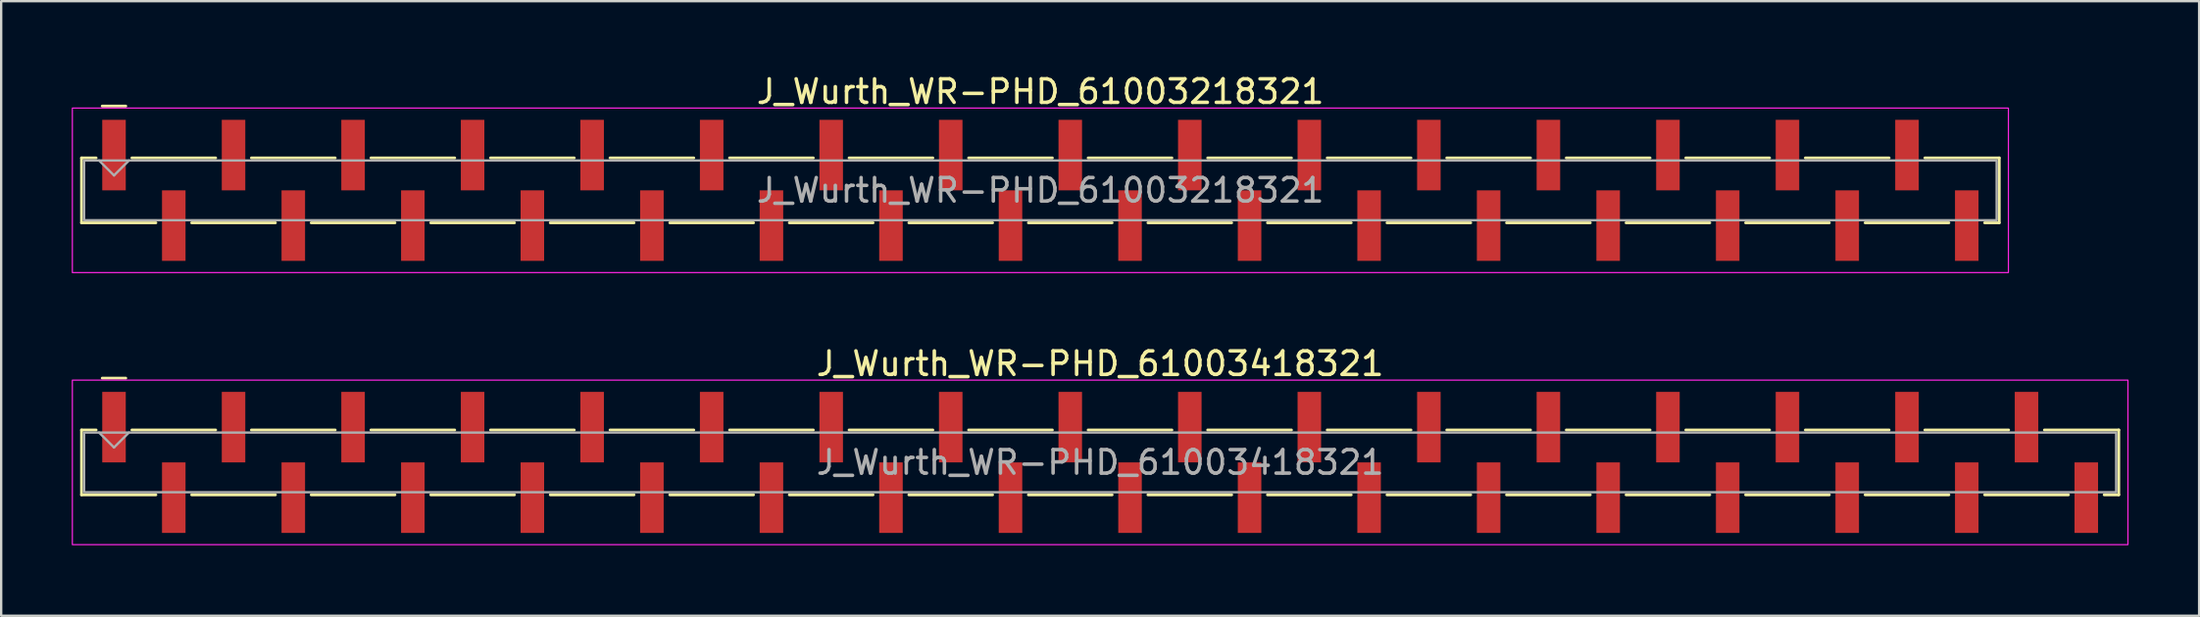
<source format=kicad_pcb>
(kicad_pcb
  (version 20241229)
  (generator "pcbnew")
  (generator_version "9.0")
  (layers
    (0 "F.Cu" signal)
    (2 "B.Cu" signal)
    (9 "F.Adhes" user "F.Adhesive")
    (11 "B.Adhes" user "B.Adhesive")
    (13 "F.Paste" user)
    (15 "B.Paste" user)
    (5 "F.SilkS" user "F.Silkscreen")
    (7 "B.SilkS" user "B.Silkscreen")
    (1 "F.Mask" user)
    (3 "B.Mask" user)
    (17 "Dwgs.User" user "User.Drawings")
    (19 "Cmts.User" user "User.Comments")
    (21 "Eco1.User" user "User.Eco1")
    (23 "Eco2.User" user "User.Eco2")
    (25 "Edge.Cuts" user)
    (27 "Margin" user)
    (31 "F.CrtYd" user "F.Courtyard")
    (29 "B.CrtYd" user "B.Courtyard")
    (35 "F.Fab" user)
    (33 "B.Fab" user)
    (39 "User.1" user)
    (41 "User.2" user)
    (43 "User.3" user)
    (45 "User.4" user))
  (footprint "J_Wurth_WR-PHD_61003418321"
    (layer "F.Cu")
    (at 43.705 16.622)
    (property "Reference" "J_Wurth_WR-PHD_61003418321" (at 0 -4.2 0) (unlocked yes) (layer "F.SilkS") (effects (font (size 1 1) (thickness 0.15))))
    (attr smd)
    (fp_line (start -43.29 -1.38) (end -43.29 1.38) (stroke (width 0.12) (type solid)) (layer "F.SilkS"))
    (fp_line (start -43.29 -1.38) (end -42.67 -1.38) (stroke (width 0.12) (type solid)) (layer "F.SilkS"))
    (fp_line (start -43.29 1.38) (end -40.13 1.38) (stroke (width 0.12) (type solid)) (layer "F.SilkS"))
    (fp_line (start -42.41 -3.585) (end -41.41 -3.585) (stroke (width 0.12) (type solid)) (layer "F.SilkS"))
    (fp_line (start -41.15 -1.38) (end -37.59 -1.38) (stroke (width 0.12) (type solid)) (layer "F.SilkS"))
    (fp_line (start -36.07 -1.38) (end -32.51 -1.38) (stroke (width 0.12) (type solid)) (layer "F.SilkS"))
    (fp_line (start -35.05 1.38) (end -38.61 1.38) (stroke (width 0.12) (type solid)) (layer "F.SilkS"))
    (fp_line (start -33.53 1.38) (end -29.97 1.38) (stroke (width 0.12) (type solid)) (layer "F.SilkS"))
    (fp_line (start -30.99 -1.38) (end -27.43 -1.38) (stroke (width 0.12) (type solid)) (layer "F.SilkS"))
    (fp_line (start -28.45 1.38) (end -24.89 1.38) (stroke (width 0.12) (type solid)) (layer "F.SilkS"))
    (fp_line (start -25.91 -1.38) (end -22.35 -1.38) (stroke (width 0.12) (type solid)) (layer "F.SilkS"))
    (fp_line (start -23.37 1.38) (end -19.81 1.38) (stroke (width 0.12) (type solid)) (layer "F.SilkS"))
    (fp_line (start -20.83 -1.38) (end -17.27 -1.38) (stroke (width 0.12) (type solid)) (layer "F.SilkS"))
    (fp_line (start -18.29 1.38) (end -14.73 1.38) (stroke (width 0.12) (type solid)) (layer "F.SilkS"))
    (fp_line (start -15.75 -1.38) (end -12.19 -1.38) (stroke (width 0.12) (type solid)) (layer "F.SilkS"))
    (fp_line (start -13.21 1.38) (end -9.65 1.38) (stroke (width 0.12) (type solid)) (layer "F.SilkS"))
    (fp_line (start -10.67 -1.38) (end -7.11 -1.38) (stroke (width 0.12) (type solid)) (layer "F.SilkS"))
    (fp_line (start -8.13 1.38) (end -4.57 1.38) (stroke (width 0.12) (type solid)) (layer "F.SilkS"))
    (fp_line (start -5.59 -1.38) (end -2.03 -1.38) (stroke (width 0.12) (type solid)) (layer "F.SilkS"))
    (fp_line (start -3.05 1.38) (end 0.51 1.38) (stroke (width 0.12) (type solid)) (layer "F.SilkS"))
    (fp_line (start -0.51 -1.38) (end 3.05 -1.38) (stroke (width 0.12) (type solid)) (layer "F.SilkS"))
    (fp_line (start 2.03 1.38) (end 5.59 1.38) (stroke (width 0.12) (type solid)) (layer "F.SilkS"))
    (fp_line (start 4.57 -1.38) (end 8.13 -1.38) (stroke (width 0.12) (type solid)) (layer "F.SilkS"))
    (fp_line (start 7.11 1.38) (end 10.67 1.38) (stroke (width 0.12) (type solid)) (layer "F.SilkS"))
    (fp_line (start 9.65 -1.38) (end 13.21 -1.38) (stroke (width 0.12) (type solid)) (layer "F.SilkS"))
    (fp_line (start 12.19 1.38) (end 15.75 1.38) (stroke (width 0.12) (type solid)) (layer "F.SilkS"))
    (fp_line (start 14.73 -1.38) (end 18.29 -1.38) (stroke (width 0.12) (type solid)) (layer "F.SilkS"))
    (fp_line (start 17.27 1.38) (end 20.83 1.38) (stroke (width 0.12) (type solid)) (layer "F.SilkS"))
    (fp_line (start 19.81 -1.38) (end 23.37 -1.38) (stroke (width 0.12) (type solid)) (layer "F.SilkS"))
    (fp_line (start 22.35 1.38) (end 25.91 1.38) (stroke (width 0.12) (type solid)) (layer "F.SilkS"))
    (fp_line (start 24.89 -1.38) (end 28.45 -1.38) (stroke (width 0.12) (type solid)) (layer "F.SilkS"))
    (fp_line (start 27.43 1.38) (end 30.99 1.38) (stroke (width 0.12) (type solid)) (layer "F.SilkS"))
    (fp_line (start 29.97 -1.38) (end 33.53 -1.38) (stroke (width 0.12) (type solid)) (layer "F.SilkS"))
    (fp_line (start 32.51 1.38) (end 36.07 1.38) (stroke (width 0.12) (type solid)) (layer "F.SilkS"))
    (fp_line (start 35.05 -1.38) (end 38.61 -1.38) (stroke (width 0.12) (type solid)) (layer "F.SilkS"))
    (fp_line (start 37.59 1.38) (end 41.15 1.38) (stroke (width 0.12) (type solid)) (layer "F.SilkS"))
    (fp_line (start 43.29 -1.38) (end 40.13 -1.38) (stroke (width 0.12) (type solid)) (layer "F.SilkS"))
    (fp_line (start 43.29 -1.38) (end 43.29 1.38) (stroke (width 0.12) (type solid)) (layer "F.SilkS"))
    (fp_line (start 43.29 1.38) (end 42.67 1.38) (stroke (width 0.12) (type solid)) (layer "F.SilkS"))
    (fp_rect (start -43.68 -3.5) (end 43.68 3.5) (stroke (width 0.05) (type solid)) (fill no) (layer "F.CrtYd"))
    (fp_line (start -42.545 -1.27) (end -41.91 -0.635) (stroke (width 0.1) (type default)) (layer "F.Fab"))
    (fp_line (start -41.91 -0.635) (end -41.275 -1.27) (stroke (width 0.1) (type default)) (layer "F.Fab"))
    (fp_rect (start -43.18 -1.27) (end 43.18 1.27) (stroke (width 0.1) (type solid)) (fill no) (layer "F.Fab"))
    (fp_text user "${REFERENCE}" (at 0 0 0) (unlocked yes) (layer "F.Fab") (effects (font (size 1 1) (thickness 0.15))))
    (pad "1" smd rect (at -41.91 -1.5) (size 1 3) (layers "F.Cu" "F.Mask" "F.Paste"))
    (pad "2" smd rect (at -39.37 1.5) (size 1 3) (layers "F.Cu" "F.Mask" "F.Paste"))
    (pad "3" smd rect (at -36.83 -1.5) (size 1 3) (layers "F.Cu" "F.Mask" "F.Paste"))
    (pad "4" smd rect (at -34.29 1.5) (size 1 3) (layers "F.Cu" "F.Mask" "F.Paste"))
    (pad "5" smd rect (at -31.75 -1.5) (size 1 3) (layers "F.Cu" "F.Mask" "F.Paste"))
    (pad "6" smd rect (at -29.21 1.5) (size 1 3) (layers "F.Cu" "F.Mask" "F.Paste"))
    (pad "7" smd rect (at -26.67 -1.5) (size 1 3) (layers "F.Cu" "F.Mask" "F.Paste"))
    (pad "8" smd rect (at -24.13 1.5) (size 1 3) (layers "F.Cu" "F.Mask" "F.Paste"))
    (pad "9" smd rect (at -21.59 -1.5) (size 1 3) (layers "F.Cu" "F.Mask" "F.Paste"))
    (pad "10" smd rect (at -19.05 1.5) (size 1 3) (layers "F.Cu" "F.Mask" "F.Paste"))
    (pad "11" smd rect (at -16.51 -1.5) (size 1 3) (layers "F.Cu" "F.Mask" "F.Paste"))
    (pad "12" smd rect (at -13.97 1.5) (size 1 3) (layers "F.Cu" "F.Mask" "F.Paste"))
    (pad "13" smd rect (at -11.43 -1.5) (size 1 3) (layers "F.Cu" "F.Mask" "F.Paste"))
    (pad "14" smd rect (at -8.89 1.5) (size 1 3) (layers "F.Cu" "F.Mask" "F.Paste"))
    (pad "15" smd rect (at -6.35 -1.5) (size 1 3) (layers "F.Cu" "F.Mask" "F.Paste"))
    (pad "16" smd rect (at -3.81 1.5) (size 1 3) (layers "F.Cu" "F.Mask" "F.Paste"))
    (pad "17" smd rect (at -1.27 -1.5) (size 1 3) (layers "F.Cu" "F.Mask" "F.Paste"))
    (pad "18" smd rect (at 1.27 1.5) (size 1 3) (layers "F.Cu" "F.Mask" "F.Paste"))
    (pad "19" smd rect (at 3.81 -1.5) (size 1 3) (layers "F.Cu" "F.Mask" "F.Paste"))
    (pad "20" smd rect (at 6.35 1.5) (size 1 3) (layers "F.Cu" "F.Mask" "F.Paste"))
    (pad "21" smd rect (at 8.89 -1.5) (size 1 3) (layers "F.Cu" "F.Mask" "F.Paste"))
    (pad "22" smd rect (at 11.43 1.5) (size 1 3) (layers "F.Cu" "F.Mask" "F.Paste"))
    (pad "23" smd rect (at 13.97 -1.5) (size 1 3) (layers "F.Cu" "F.Mask" "F.Paste"))
    (pad "24" smd rect (at 16.51 1.5) (size 1 3) (layers "F.Cu" "F.Mask" "F.Paste"))
    (pad "25" smd rect (at 19.05 -1.5) (size 1 3) (layers "F.Cu" "F.Mask" "F.Paste"))
    (pad "26" smd rect (at 21.59 1.5) (size 1 3) (layers "F.Cu" "F.Mask" "F.Paste"))
    (pad "27" smd rect (at 24.13 -1.5) (size 1 3) (layers "F.Cu" "F.Mask" "F.Paste"))
    (pad "28" smd rect (at 26.67 1.5) (size 1 3) (layers "F.Cu" "F.Mask" "F.Paste"))
    (pad "29" smd rect (at 29.21 -1.5) (size 1 3) (layers "F.Cu" "F.Mask" "F.Paste"))
    (pad "30" smd rect (at 31.75 1.5) (size 1 3) (layers "F.Cu" "F.Mask" "F.Paste"))
    (pad "31" smd rect (at 34.29 -1.5) (size 1 3) (layers "F.Cu" "F.Mask" "F.Paste"))
    (pad "32" smd rect (at 36.83 1.5) (size 1 3) (layers "F.Cu" "F.Mask" "F.Paste"))
    (pad "33" smd rect (at 39.37 -1.5) (size 1 3) (layers "F.Cu" "F.Mask" "F.Paste"))
    (pad "34" smd rect (at 41.91 1.5) (size 1 3) (layers "F.Cu" "F.Mask" "F.Paste")))
  (footprint "J_Wurth_WR-PHD_61003218321"
    (layer "F.Cu")
    (at 41.165 5.048)
    (property "Reference" "J_Wurth_WR-PHD_61003218321" (at 0 -4.2 0) (unlocked yes) (layer "F.SilkS") (effects (font (size 1 1) (thickness 0.15))))
    (attr smd)
    (fp_line (start -40.75 -1.38) (end -40.75 1.38) (stroke (width 0.12) (type solid)) (layer "F.SilkS"))
    (fp_line (start -40.75 -1.38) (end -40.13 -1.38) (stroke (width 0.12) (type solid)) (layer "F.SilkS"))
    (fp_line (start -40.75 1.38) (end -37.59 1.38) (stroke (width 0.12) (type solid)) (layer "F.SilkS"))
    (fp_line (start -39.87 -3.585) (end -38.87 -3.585) (stroke (width 0.12) (type solid)) (layer "F.SilkS"))
    (fp_line (start -38.61 -1.38) (end -35.05 -1.38) (stroke (width 0.12) (type solid)) (layer "F.SilkS"))
    (fp_line (start -33.53 -1.38) (end -29.97 -1.38) (stroke (width 0.12) (type solid)) (layer "F.SilkS"))
    (fp_line (start -32.51 1.38) (end -36.07 1.38) (stroke (width 0.12) (type solid)) (layer "F.SilkS"))
    (fp_line (start -30.99 1.38) (end -27.43 1.38) (stroke (width 0.12) (type solid)) (layer "F.SilkS"))
    (fp_line (start -28.45 -1.38) (end -24.89 -1.38) (stroke (width 0.12) (type solid)) (layer "F.SilkS"))
    (fp_line (start -25.91 1.38) (end -22.35 1.38) (stroke (width 0.12) (type solid)) (layer "F.SilkS"))
    (fp_line (start -23.37 -1.38) (end -19.81 -1.38) (stroke (width 0.12) (type solid)) (layer "F.SilkS"))
    (fp_line (start -20.83 1.38) (end -17.27 1.38) (stroke (width 0.12) (type solid)) (layer "F.SilkS"))
    (fp_line (start -18.29 -1.38) (end -14.73 -1.38) (stroke (width 0.12) (type solid)) (layer "F.SilkS"))
    (fp_line (start -15.75 1.38) (end -12.19 1.38) (stroke (width 0.12) (type solid)) (layer "F.SilkS"))
    (fp_line (start -13.21 -1.38) (end -9.65 -1.38) (stroke (width 0.12) (type solid)) (layer "F.SilkS"))
    (fp_line (start -10.67 1.38) (end -7.11 1.38) (stroke (width 0.12) (type solid)) (layer "F.SilkS"))
    (fp_line (start -8.13 -1.38) (end -4.57 -1.38) (stroke (width 0.12) (type solid)) (layer "F.SilkS"))
    (fp_line (start -5.59 1.38) (end -2.03 1.38) (stroke (width 0.12) (type solid)) (layer "F.SilkS"))
    (fp_line (start -3.05 -1.38) (end 0.51 -1.38) (stroke (width 0.12) (type solid)) (layer "F.SilkS"))
    (fp_line (start -0.51 1.38) (end 3.05 1.38) (stroke (width 0.12) (type solid)) (layer "F.SilkS"))
    (fp_line (start 2.03 -1.38) (end 5.59 -1.38) (stroke (width 0.12) (type solid)) (layer "F.SilkS"))
    (fp_line (start 4.57 1.38) (end 8.13 1.38) (stroke (width 0.12) (type solid)) (layer "F.SilkS"))
    (fp_line (start 7.11 -1.38) (end 10.67 -1.38) (stroke (width 0.12) (type solid)) (layer "F.SilkS"))
    (fp_line (start 9.65 1.38) (end 13.21 1.38) (stroke (width 0.12) (type solid)) (layer "F.SilkS"))
    (fp_line (start 12.19 -1.38) (end 15.75 -1.38) (stroke (width 0.12) (type solid)) (layer "F.SilkS"))
    (fp_line (start 14.73 1.38) (end 18.29 1.38) (stroke (width 0.12) (type solid)) (layer "F.SilkS"))
    (fp_line (start 17.27 -1.38) (end 20.83 -1.38) (stroke (width 0.12) (type solid)) (layer "F.SilkS"))
    (fp_line (start 19.81 1.38) (end 23.37 1.38) (stroke (width 0.12) (type solid)) (layer "F.SilkS"))
    (fp_line (start 22.35 -1.38) (end 25.91 -1.38) (stroke (width 0.12) (type solid)) (layer "F.SilkS"))
    (fp_line (start 24.89 1.38) (end 28.45 1.38) (stroke (width 0.12) (type solid)) (layer "F.SilkS"))
    (fp_line (start 27.43 -1.38) (end 30.99 -1.38) (stroke (width 0.12) (type solid)) (layer "F.SilkS"))
    (fp_line (start 29.97 1.38) (end 33.53 1.38) (stroke (width 0.12) (type solid)) (layer "F.SilkS"))
    (fp_line (start 32.51 -1.38) (end 36.07 -1.38) (stroke (width 0.12) (type solid)) (layer "F.SilkS"))
    (fp_line (start 35.05 1.38) (end 38.61 1.38) (stroke (width 0.12) (type solid)) (layer "F.SilkS"))
    (fp_line (start 40.75 -1.38) (end 37.59 -1.38) (stroke (width 0.12) (type solid)) (layer "F.SilkS"))
    (fp_line (start 40.75 -1.38) (end 40.75 1.38) (stroke (width 0.12) (type solid)) (layer "F.SilkS"))
    (fp_line (start 40.75 1.38) (end 40.13 1.38) (stroke (width 0.12) (type solid)) (layer "F.SilkS"))
    (fp_rect (start -41.14 -3.5) (end 41.14 3.5) (stroke (width 0.05) (type solid)) (fill no) (layer "F.CrtYd"))
    (fp_line (start -40.005 -1.27) (end -39.37 -0.635) (stroke (width 0.1) (type default)) (layer "F.Fab"))
    (fp_line (start -39.37 -0.635) (end -38.735 -1.27) (stroke (width 0.1) (type default)) (layer "F.Fab"))
    (fp_rect (start -40.64 -1.27) (end 40.64 1.27) (stroke (width 0.1) (type solid)) (fill no) (layer "F.Fab"))
    (fp_text user "${REFERENCE}" (at 0 0 0) (unlocked yes) (layer "F.Fab") (effects (font (size 1 1) (thickness 0.15))))
    (pad "1" smd rect (at -39.37 -1.5) (size 1 3) (layers "F.Cu" "F.Mask" "F.Paste"))
    (pad "2" smd rect (at -36.83 1.5) (size 1 3) (layers "F.Cu" "F.Mask" "F.Paste"))
    (pad "3" smd rect (at -34.29 -1.5) (size 1 3) (layers "F.Cu" "F.Mask" "F.Paste"))
    (pad "4" smd rect (at -31.75 1.5) (size 1 3) (layers "F.Cu" "F.Mask" "F.Paste"))
    (pad "5" smd rect (at -29.21 -1.5) (size 1 3) (layers "F.Cu" "F.Mask" "F.Paste"))
    (pad "6" smd rect (at -26.67 1.5) (size 1 3) (layers "F.Cu" "F.Mask" "F.Paste"))
    (pad "7" smd rect (at -24.13 -1.5) (size 1 3) (layers "F.Cu" "F.Mask" "F.Paste"))
    (pad "8" smd rect (at -21.59 1.5) (size 1 3) (layers "F.Cu" "F.Mask" "F.Paste"))
    (pad "9" smd rect (at -19.05 -1.5) (size 1 3) (layers "F.Cu" "F.Mask" "F.Paste"))
    (pad "10" smd rect (at -16.51 1.5) (size 1 3) (layers "F.Cu" "F.Mask" "F.Paste"))
    (pad "11" smd rect (at -13.97 -1.5) (size 1 3) (layers "F.Cu" "F.Mask" "F.Paste"))
    (pad "12" smd rect (at -11.43 1.5) (size 1 3) (layers "F.Cu" "F.Mask" "F.Paste"))
    (pad "13" smd rect (at -8.89 -1.5) (size 1 3) (layers "F.Cu" "F.Mask" "F.Paste"))
    (pad "14" smd rect (at -6.35 1.5) (size 1 3) (layers "F.Cu" "F.Mask" "F.Paste"))
    (pad "15" smd rect (at -3.81 -1.5) (size 1 3) (layers "F.Cu" "F.Mask" "F.Paste"))
    (pad "16" smd rect (at -1.27 1.5) (size 1 3) (layers "F.Cu" "F.Mask" "F.Paste"))
    (pad "17" smd rect (at 1.27 -1.5) (size 1 3) (layers "F.Cu" "F.Mask" "F.Paste"))
    (pad "18" smd rect (at 3.81 1.5) (size 1 3) (layers "F.Cu" "F.Mask" "F.Paste"))
    (pad "19" smd rect (at 6.35 -1.5) (size 1 3) (layers "F.Cu" "F.Mask" "F.Paste"))
    (pad "20" smd rect (at 8.89 1.5) (size 1 3) (layers "F.Cu" "F.Mask" "F.Paste"))
    (pad "21" smd rect (at 11.43 -1.5) (size 1 3) (layers "F.Cu" "F.Mask" "F.Paste"))
    (pad "22" smd rect (at 13.97 1.5) (size 1 3) (layers "F.Cu" "F.Mask" "F.Paste"))
    (pad "23" smd rect (at 16.51 -1.5) (size 1 3) (layers "F.Cu" "F.Mask" "F.Paste"))
    (pad "24" smd rect (at 19.05 1.5) (size 1 3) (layers "F.Cu" "F.Mask" "F.Paste"))
    (pad "25" smd rect (at 21.59 -1.5) (size 1 3) (layers "F.Cu" "F.Mask" "F.Paste"))
    (pad "26" smd rect (at 24.13 1.5) (size 1 3) (layers "F.Cu" "F.Mask" "F.Paste"))
    (pad "27" smd rect (at 26.67 -1.5) (size 1 3) (layers "F.Cu" "F.Mask" "F.Paste"))
    (pad "28" smd rect (at 29.21 1.5) (size 1 3) (layers "F.Cu" "F.Mask" "F.Paste"))
    (pad "29" smd rect (at 31.75 -1.5) (size 1 3) (layers "F.Cu" "F.Mask" "F.Paste"))
    (pad "30" smd rect (at 34.29 1.5) (size 1 3) (layers "F.Cu" "F.Mask" "F.Paste"))
    (pad "31" smd rect (at 36.83 -1.5) (size 1 3) (layers "F.Cu" "F.Mask" "F.Paste"))
    (pad "32" smd rect (at 39.37 1.5) (size 1 3) (layers "F.Cu" "F.Mask" "F.Paste")))
  (gr_rect
    (start -3 -3)
    (end 90.41 23.146)
    (stroke (width 0.1) (type default))
    (fill no)
    (layer "Edge.Cuts")))
</source>
